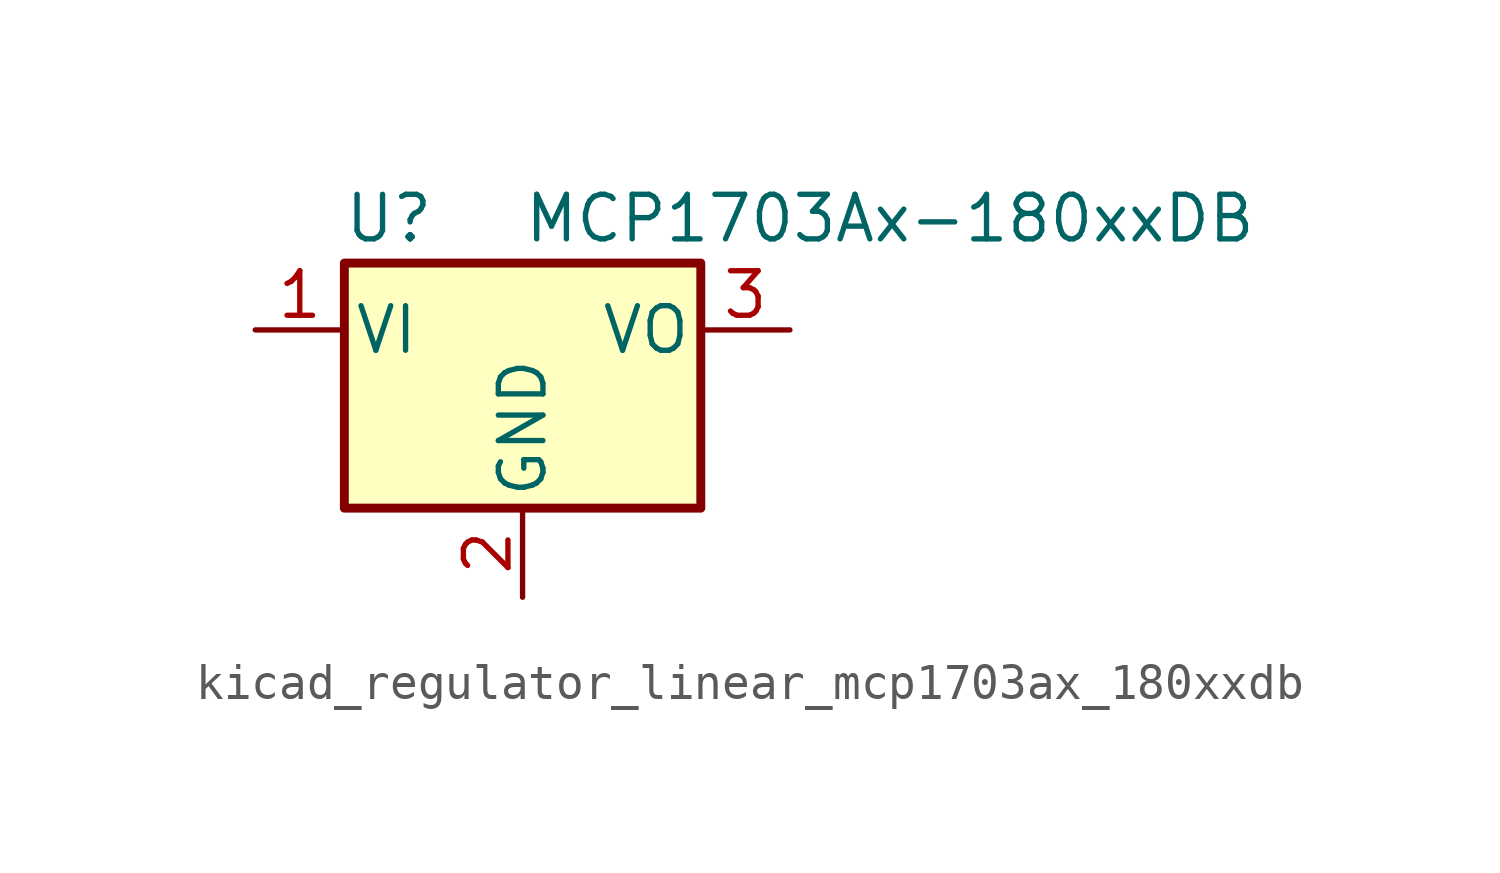
<source format=kicad_sym>
(kicad_symbol_lib
  (version 20220914)
  (generator kicad_symbol_editor)
  (symbol "kicad_regulator_linear_mcp1703ax_180xxdb"
    (pin_names
      (offset 0.254))
    (property "Reference" "U"
      (at -3.81 3.175 0)
      (effects (font (size 1.27 1.27))))
    (property "Value" "MCP1703Ax-180xxDB"
      (at 0 3.175 0)
      (effects (font (size 1.27 1.27)) (justify left)))
    (symbol "kicad_regulator_linear_mcp1703ax_180xxdb_0_1"
      (rectangle (start -5.08 -5.08) (end 5.08 1.905) (stroke (width 0.254) (type default)) (fill (type background))))
    (symbol "kicad_regulator_linear_mcp1703ax_180xxdb_1_1"
      (pin power_in line (at -7.62 0 0) (length 2.54) (name "VI" (effects (font (size 1.27 1.27)))) (number "1" (effects (font (size 1.27 1.27)))))
      (pin power_in line (at 0 -7.62 90) (length 2.54) (name "GND" (effects (font (size 1.27 1.27)))) (number "2" (effects (font (size 1.27 1.27)))))
      (pin power_out line (at 7.62 0 180) (length 2.54) (name "VO" (effects (font (size 1.27 1.27)))) (number "3" (effects (font (size 1.27 1.27))))))))
</source>
